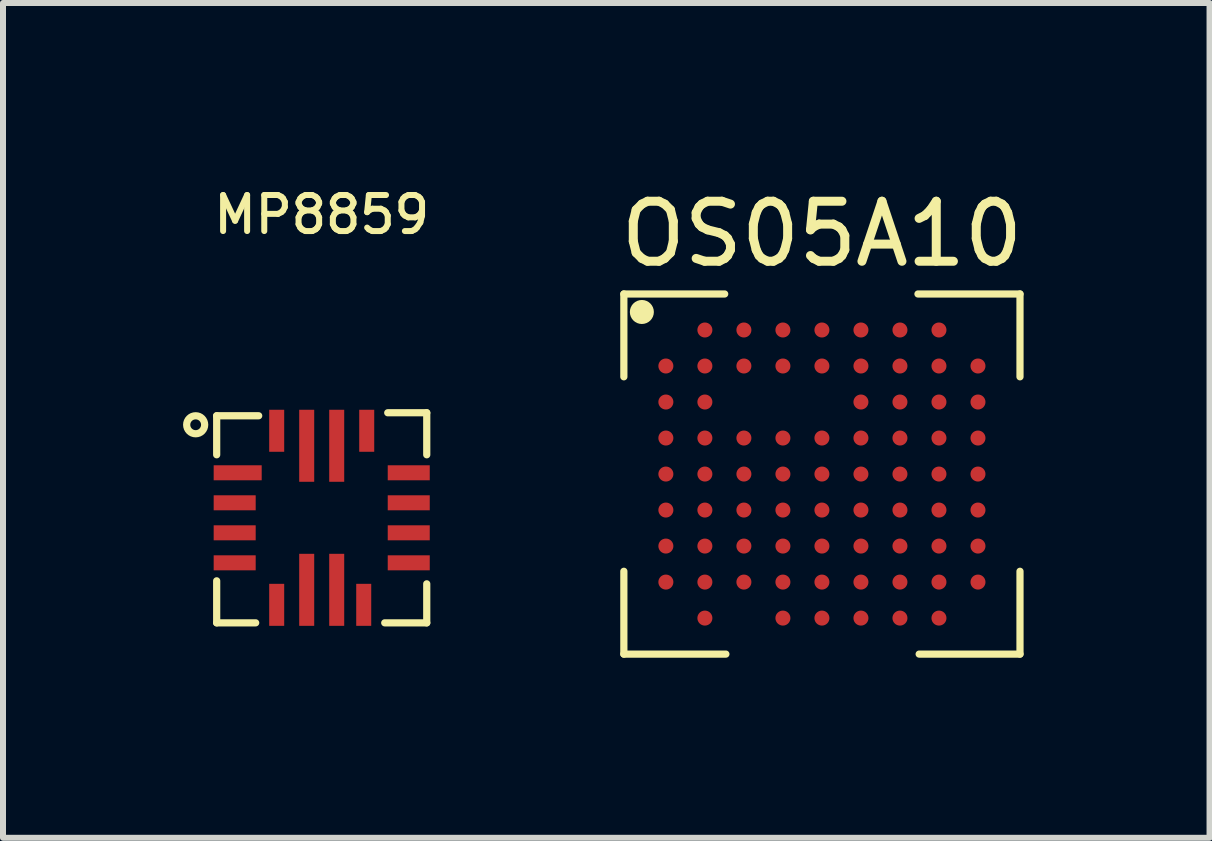
<source format=kicad_pcb>
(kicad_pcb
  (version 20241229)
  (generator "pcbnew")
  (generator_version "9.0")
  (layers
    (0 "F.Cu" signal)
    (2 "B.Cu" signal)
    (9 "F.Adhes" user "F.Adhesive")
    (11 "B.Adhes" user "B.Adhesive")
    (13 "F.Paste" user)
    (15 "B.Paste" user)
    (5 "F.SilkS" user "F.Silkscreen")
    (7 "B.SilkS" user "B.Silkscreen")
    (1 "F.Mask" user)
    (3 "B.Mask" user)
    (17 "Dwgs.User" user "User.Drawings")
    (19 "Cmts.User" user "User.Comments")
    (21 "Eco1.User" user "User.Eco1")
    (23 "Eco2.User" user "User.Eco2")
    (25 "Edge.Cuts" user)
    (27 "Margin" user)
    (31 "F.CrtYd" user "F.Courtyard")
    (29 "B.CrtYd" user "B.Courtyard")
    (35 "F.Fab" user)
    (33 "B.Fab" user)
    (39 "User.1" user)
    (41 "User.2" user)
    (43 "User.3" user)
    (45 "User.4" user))
  (footprint "MP8859"
    (layer "F.Cu")
    (at 2.31 5.577)
    (property "Reference" "MP8859" (at 0 -5.05 0) (layer "F.SilkS") (effects (font (size 0.6 0.6) (thickness 0.1))))
    (attr through_hole)
    (fp_line (start -1.75 -1.7) (end -1.05 -1.7) (stroke (width 0.12) (type solid)) (layer "F.SilkS"))
    (fp_line (start -1.75 -1.05) (end -1.75 -1.7) (stroke (width 0.12) (type solid)) (layer "F.SilkS"))
    (fp_line (start -1.75 1.75) (end -1.75 1.05) (stroke (width 0.12) (type solid)) (layer "F.SilkS"))
    (fp_line (start -1.1 1.75) (end -1.75 1.75) (stroke (width 0.12) (type solid)) (layer "F.SilkS"))
    (fp_line (start 1.1 -1.75) (end 1.75 -1.75) (stroke (width 0.12) (type solid)) (layer "F.SilkS"))
    (fp_line (start 1.75 -1.75) (end 1.75 -1.05) (stroke (width 0.12) (type solid)) (layer "F.SilkS"))
    (fp_line (start 1.75 1.1) (end 1.75 1.75) (stroke (width 0.12) (type solid)) (layer "F.SilkS"))
    (fp_line (start 1.75 1.75) (end 1.05 1.75) (stroke (width 0.12) (type solid)) (layer "F.SilkS"))
    (fp_circle (center -2.1 -1.55) (end -1.95 -1.55) (stroke (width 0.12) (type solid)) (fill no) (layer "F.SilkS"))
    (pad "1" smd rect (at -1.4 -0.75) (size 0.8 0.25) (layers "F.Cu" "F.Mask" "F.Paste"))
    (pad "2" smd rect (at -1.45 -0.25) (size 0.7 0.25) (layers "F.Cu" "F.Mask" "F.Paste"))
    (pad "3" smd rect (at -1.45 0.25) (size 0.7 0.25) (layers "F.Cu" "F.Mask" "F.Paste"))
    (pad "4" smd rect (at -1.45 0.75) (size 0.7 0.25) (layers "F.Cu" "F.Mask" "F.Paste"))
    (pad "5" smd rect (at -0.75 1.45 90) (size 0.7 0.25) (layers "F.Cu" "F.Mask" "F.Paste"))
    (pad "6" smd rect (at -0.25 1.2 90) (size 1.2 0.25) (layers "F.Cu" "F.Mask" "F.Paste"))
    (pad "7" smd rect (at 0.25 1.2 90) (size 1.2 0.25) (layers "F.Cu" "F.Mask" "F.Paste"))
    (pad "8" smd rect (at 0.7 1.45 90) (size 0.7 0.25) (layers "F.Cu" "F.Mask" "F.Paste"))
    (pad "9" smd rect (at 1.45 0.75 180) (size 0.7 0.25) (layers "F.Cu" "F.Mask" "F.Paste"))
    (pad "10" smd rect (at 1.45 0.25 180) (size 0.7 0.25) (layers "F.Cu" "F.Mask" "F.Paste"))
    (pad "11" smd rect (at 1.45 -0.25 180) (size 0.7 0.25) (layers "F.Cu" "F.Mask" "F.Paste"))
    (pad "12" smd rect (at 1.45 -0.75 180) (size 0.7 0.25) (layers "F.Cu" "F.Mask" "F.Paste"))
    (pad "13" smd rect (at 0.75 -1.45 270) (size 0.7 0.25) (layers "F.Cu" "F.Mask" "F.Paste"))
    (pad "14" smd rect (at 0.25 -1.2 270) (size 1.2 0.25) (layers "F.Cu" "F.Mask" "F.Paste"))
    (pad "15" smd rect (at -0.25 -1.2 270) (size 1.2 0.25) (layers "F.Cu" "F.Mask" "F.Paste"))
    (pad "16" smd rect (at -0.75 -1.45 270) (size 0.7 0.25) (layers "F.Cu" "F.Mask" "F.Paste")))
  (footprint "OS05A10"
    (layer "F.Cu")
    (at 10.644 4.848)
    (property "Reference" "OS05A10" (at 0 -4 0) (layer "F.SilkS") (effects (font (size 1 1) (thickness 0.15))))
    (attr smd)
    (fp_line (start -3.3 -3) (end -3.3 -1.62) (stroke (width 0.12) (type solid)) (layer "F.SilkS"))
    (fp_line (start -3.3 3) (end -3.3 1.62) (stroke (width 0.12) (type solid)) (layer "F.SilkS"))
    (fp_line (start -1.62 -3) (end -3.3 -3) (stroke (width 0.12) (type solid)) (layer "F.SilkS"))
    (fp_line (start -1.6 3) (end -3.3 3) (stroke (width 0.12) (type solid)) (layer "F.SilkS"))
    (fp_line (start 1.6 -3) (end 3.3 -3) (stroke (width 0.12) (type solid)) (layer "F.SilkS"))
    (fp_line (start 1.62 3) (end 3.3 3) (stroke (width 0.12) (type solid)) (layer "F.SilkS"))
    (fp_line (start 3.3 -3) (end 3.3 -1.62) (stroke (width 0.12) (type solid)) (layer "F.SilkS"))
    (fp_line (start 3.3 3) (end 3.3 1.62) (stroke (width 0.12) (type solid)) (layer "F.SilkS"))
    (fp_circle (center -3 -2.7) (end -3 -2.6) (stroke (width 0.2) (type solid)) (fill no) (layer "F.SilkS"))
    (pad "A2" smd circle (at -1.95 -2.4) (size 0.25 0.25) (layers "F.Cu" "F.Mask" "F.Paste"))
    (pad "A3" smd circle (at -1.3 -2.4) (size 0.25 0.25) (layers "F.Cu" "F.Mask" "F.Paste"))
    (pad "A4" smd circle (at -0.65 -2.4) (size 0.25 0.25) (layers "F.Cu" "F.Mask" "F.Paste"))
    (pad "A5" smd circle (at 0 -2.4) (size 0.25 0.25) (layers "F.Cu" "F.Mask" "F.Paste"))
    (pad "A6" smd circle (at 0.65 -2.4) (size 0.25 0.25) (layers "F.Cu" "F.Mask" "F.Paste"))
    (pad "A7" smd circle (at 1.3 -2.4) (size 0.25 0.25) (layers "F.Cu" "F.Mask" "F.Paste"))
    (pad "A8" smd circle (at 1.95 -2.4) (size 0.25 0.25) (layers "F.Cu" "F.Mask" "F.Paste"))
    (pad "B1" smd circle (at -2.6 -1.8) (size 0.25 0.25) (layers "F.Cu" "F.Mask" "F.Paste"))
    (pad "B2" smd circle (at -1.95 -1.8) (size 0.25 0.25) (layers "F.Cu" "F.Mask" "F.Paste"))
    (pad "B3" smd circle (at -1.3 -1.8) (size 0.25 0.25) (layers "F.Cu" "F.Mask" "F.Paste"))
    (pad "B4" smd circle (at -0.65 -1.8) (size 0.25 0.25) (layers "F.Cu" "F.Mask" "F.Paste"))
    (pad "B5" smd circle (at 0 -1.8) (size 0.25 0.25) (layers "F.Cu" "F.Mask" "F.Paste"))
    (pad "B6" smd circle (at 0.65 -1.8) (size 0.25 0.25) (layers "F.Cu" "F.Mask" "F.Paste"))
    (pad "B7" smd circle (at 1.3 -1.8) (size 0.25 0.25) (layers "F.Cu" "F.Mask" "F.Paste"))
    (pad "B8" smd circle (at 1.95 -1.8) (size 0.25 0.25) (layers "F.Cu" "F.Mask" "F.Paste"))
    (pad "B9" smd circle (at 2.6 -1.8) (size 0.25 0.25) (layers "F.Cu" "F.Mask" "F.Paste"))
    (pad "C1" smd circle (at -2.6 -1.2) (size 0.25 0.25) (layers "F.Cu" "F.Mask" "F.Paste"))
    (pad "C2" smd circle (at -1.95 -1.2) (size 0.25 0.25) (layers "F.Cu" "F.Mask" "F.Paste"))
    (pad "C6" smd circle (at 0.65 -1.2) (size 0.25 0.25) (layers "F.Cu" "F.Mask" "F.Paste"))
    (pad "C7" smd circle (at 1.3 -1.2) (size 0.25 0.25) (layers "F.Cu" "F.Mask" "F.Paste"))
    (pad "C8" smd circle (at 1.95 -1.2) (size 0.25 0.25) (layers "F.Cu" "F.Mask" "F.Paste"))
    (pad "C9" smd circle (at 2.6 -1.2) (size 0.25 0.25) (layers "F.Cu" "F.Mask" "F.Paste"))
    (pad "D1" smd circle (at -2.6 -0.6) (size 0.25 0.25) (layers "F.Cu" "F.Mask" "F.Paste"))
    (pad "D2" smd circle (at -1.95 -0.6) (size 0.25 0.25) (layers "F.Cu" "F.Mask" "F.Paste"))
    (pad "D3" smd circle (at -1.3 -0.6) (size 0.25 0.25) (layers "F.Cu" "F.Mask" "F.Paste"))
    (pad "D4" smd circle (at -0.65 -0.6) (size 0.25 0.25) (layers "F.Cu" "F.Mask" "F.Paste"))
    (pad "D5" smd circle (at 0 -0.6) (size 0.25 0.25) (layers "F.Cu" "F.Mask" "F.Paste"))
    (pad "D6" smd circle (at 0.65 -0.6) (size 0.25 0.25) (layers "F.Cu" "F.Mask" "F.Paste"))
    (pad "D7" smd circle (at 1.3 -0.6) (size 0.25 0.25) (layers "F.Cu" "F.Mask" "F.Paste"))
    (pad "D8" smd circle (at 1.95 -0.6) (size 0.25 0.25) (layers "F.Cu" "F.Mask" "F.Paste"))
    (pad "D9" smd circle (at 2.6 -0.6) (size 0.25 0.25) (layers "F.Cu" "F.Mask" "F.Paste"))
    (pad "E1" smd circle (at -2.6 0) (size 0.25 0.25) (layers "F.Cu" "F.Mask" "F.Paste"))
    (pad "E2" smd circle (at -1.95 0) (size 0.25 0.25) (layers "F.Cu" "F.Mask" "F.Paste"))
    (pad "E3" smd circle (at -1.3 0) (size 0.25 0.25) (layers "F.Cu" "F.Mask" "F.Paste"))
    (pad "E4" smd circle (at -0.65 0) (size 0.25 0.25) (layers "F.Cu" "F.Mask" "F.Paste"))
    (pad "E5" smd circle (at 0 0) (size 0.25 0.25) (layers "F.Cu" "F.Mask" "F.Paste"))
    (pad "E6" smd circle (at 0.65 0) (size 0.25 0.25) (layers "F.Cu" "F.Mask" "F.Paste"))
    (pad "E7" smd circle (at 1.3 0) (size 0.25 0.25) (layers "F.Cu" "F.Mask" "F.Paste"))
    (pad "E8" smd circle (at 1.95 0) (size 0.25 0.25) (layers "F.Cu" "F.Mask" "F.Paste"))
    (pad "E9" smd circle (at 2.6 0) (size 0.25 0.25) (layers "F.Cu" "F.Mask" "F.Paste"))
    (pad "F1" smd circle (at -2.6 0.6) (size 0.25 0.25) (layers "F.Cu" "F.Mask" "F.Paste"))
    (pad "F2" smd circle (at -1.95 0.6) (size 0.25 0.25) (layers "F.Cu" "F.Mask" "F.Paste"))
    (pad "F3" smd circle (at -1.3 0.6) (size 0.25 0.25) (layers "F.Cu" "F.Mask" "F.Paste"))
    (pad "F4" smd circle (at -0.65 0.6) (size 0.25 0.25) (layers "F.Cu" "F.Mask" "F.Paste"))
    (pad "F5" smd circle (at 0 0.6) (size 0.25 0.25) (layers "F.Cu" "F.Mask" "F.Paste"))
    (pad "F6" smd circle (at 0.65 0.6) (size 0.25 0.25) (layers "F.Cu" "F.Mask" "F.Paste"))
    (pad "F7" smd circle (at 1.3 0.6) (size 0.25 0.25) (layers "F.Cu" "F.Mask" "F.Paste"))
    (pad "F8" smd circle (at 1.95 0.6) (size 0.25 0.25) (layers "F.Cu" "F.Mask" "F.Paste"))
    (pad "F9" smd circle (at 2.6 0.6) (size 0.25 0.25) (layers "F.Cu" "F.Mask" "F.Paste"))
    (pad "G1" smd circle (at -2.6 1.2) (size 0.25 0.25) (layers "F.Cu" "F.Mask" "F.Paste"))
    (pad "G2" smd circle (at -1.95 1.2) (size 0.25 0.25) (layers "F.Cu" "F.Mask" "F.Paste"))
    (pad "G3" smd circle (at -1.3 1.2) (size 0.25 0.25) (layers "F.Cu" "F.Mask" "F.Paste"))
    (pad "G4" smd circle (at -0.65 1.2) (size 0.25 0.25) (layers "F.Cu" "F.Mask" "F.Paste"))
    (pad "G5" smd circle (at 0 1.2) (size 0.25 0.25) (layers "F.Cu" "F.Mask" "F.Paste"))
    (pad "G6" smd circle (at 0.65 1.2) (size 0.25 0.25) (layers "F.Cu" "F.Mask" "F.Paste"))
    (pad "G7" smd circle (at 1.3 1.2) (size 0.25 0.25) (layers "F.Cu" "F.Mask" "F.Paste"))
    (pad "G8" smd circle (at 1.95 1.2) (size 0.25 0.25) (layers "F.Cu" "F.Mask" "F.Paste"))
    (pad "G9" smd circle (at 2.6 1.2) (size 0.25 0.25) (layers "F.Cu" "F.Mask" "F.Paste"))
    (pad "H1" smd circle (at -2.6 1.8) (size 0.25 0.25) (layers "F.Cu" "F.Mask" "F.Paste"))
    (pad "H2" smd circle (at -1.95 1.8) (size 0.25 0.25) (layers "F.Cu" "F.Mask" "F.Paste"))
    (pad "H3" smd circle (at -1.3 1.8) (size 0.25 0.25) (layers "F.Cu" "F.Mask" "F.Paste"))
    (pad "H4" smd circle (at -0.65 1.8) (size 0.25 0.25) (layers "F.Cu" "F.Mask" "F.Paste"))
    (pad "H5" smd circle (at 0 1.8) (size 0.25 0.25) (layers "F.Cu" "F.Mask" "F.Paste"))
    (pad "H6" smd circle (at 0.65 1.8) (size 0.25 0.25) (layers "F.Cu" "F.Mask" "F.Paste"))
    (pad "H7" smd circle (at 1.3 1.8) (size 0.25 0.25) (layers "F.Cu" "F.Mask" "F.Paste"))
    (pad "H8" smd circle (at 1.95 1.8) (size 0.25 0.25) (layers "F.Cu" "F.Mask" "F.Paste"))
    (pad "H9" smd circle (at 2.6 1.8) (size 0.25 0.25) (layers "F.Cu" "F.Mask" "F.Paste"))
    (pad "J2" smd circle (at -1.95 2.4) (size 0.25 0.25) (layers "F.Cu" "F.Mask" "F.Paste"))
    (pad "J4" smd circle (at -0.65 2.4) (size 0.25 0.25) (layers "F.Cu" "F.Mask" "F.Paste"))
    (pad "J5" smd circle (at 0 2.4) (size 0.25 0.25) (layers "F.Cu" "F.Mask" "F.Paste"))
    (pad "J6" smd circle (at 0.65 2.4) (size 0.25 0.25) (layers "F.Cu" "F.Mask" "F.Paste"))
    (pad "J7" smd circle (at 1.3 2.4) (size 0.25 0.25) (layers "F.Cu" "F.Mask" "F.Paste"))
    (pad "J8" smd circle (at 1.95 2.4) (size 0.25 0.25) (layers "F.Cu" "F.Mask" "F.Paste")))
  (gr_rect
    (start -3 -3)
    (end 17.102 10.908)
    (stroke (width 0.1) (type default))
    (fill no)
    (layer "Edge.Cuts")))
</source>
